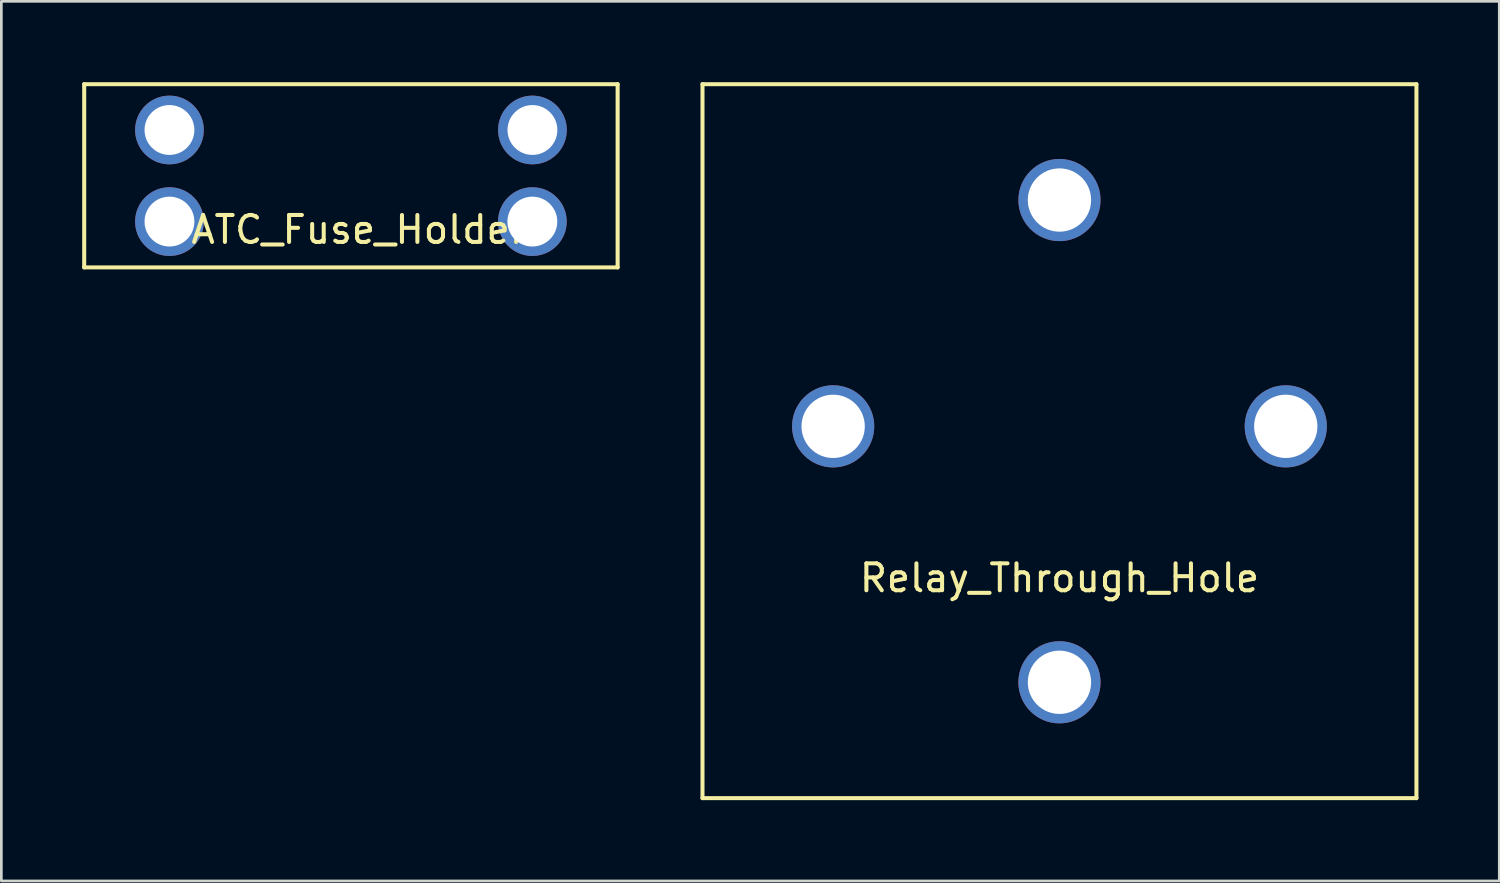
<source format=kicad_pcb>
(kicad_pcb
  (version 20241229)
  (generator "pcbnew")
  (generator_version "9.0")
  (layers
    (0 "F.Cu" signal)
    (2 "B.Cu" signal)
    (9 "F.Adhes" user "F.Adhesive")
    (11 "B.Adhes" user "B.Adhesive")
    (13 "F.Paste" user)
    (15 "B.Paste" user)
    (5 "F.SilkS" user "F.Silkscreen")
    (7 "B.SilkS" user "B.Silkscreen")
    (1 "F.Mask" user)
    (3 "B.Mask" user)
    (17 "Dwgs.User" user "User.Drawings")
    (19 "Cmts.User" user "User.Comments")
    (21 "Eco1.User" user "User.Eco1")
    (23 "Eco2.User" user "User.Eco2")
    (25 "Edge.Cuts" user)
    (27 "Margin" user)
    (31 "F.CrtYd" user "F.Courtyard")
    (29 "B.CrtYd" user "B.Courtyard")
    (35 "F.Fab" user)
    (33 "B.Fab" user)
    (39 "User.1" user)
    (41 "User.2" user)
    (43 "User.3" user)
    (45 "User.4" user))
  (footprint "ATC_Fuse_Holder"
    (layer "F.Cu")
    (at 9.975 3.475)
    (property "Reference" "ATC_Fuse_Holder" (at 0.3 2 0) (layer "F.SilkS") (effects (font (size 1 1) (thickness 0.15))))
    (attr through_hole)
    (fp_line (start -9.9 -3.4) (end 9.9 -3.4) (stroke (width 0.15) (type solid)) (layer "F.SilkS"))
    (fp_line (start -9.9 3.4) (end -9.9 -3.4) (stroke (width 0.15) (type solid)) (layer "F.SilkS"))
    (fp_line (start 9.9 -3.4) (end 9.9 3.4) (stroke (width 0.15) (type solid)) (layer "F.SilkS"))
    (fp_line (start 9.9 3.4) (end -9.9 3.4) (stroke (width 0.15) (type solid)) (layer "F.SilkS"))
    (pad "1" thru_hole circle (at -6.735 -1.7) (size 2.55 2.55) (drill 1.85) (layers "*.Cu" "*.Mask"))
    (pad "1" thru_hole circle (at -6.735 1.7) (size 2.55 2.55) (drill 1.85) (layers "*.Cu" "*.Mask"))
    (pad "2" thru_hole circle (at 6.735 1.7) (size 2.55 2.55) (drill 1.85) (layers "*.Cu" "*.Mask"))
    (pad "2" thru_hole circle (at 6.738 -1.7) (size 2.55 2.55) (drill 1.85) (layers "*.Cu" "*.Mask")))
  (footprint "Relay_Through_Hole"
    (layer "F.Cu")
    (at 36.275 13.325)
    (property "Reference" "Relay_Through_Hole" (at 0 5.08 0) (layer "F.SilkS") (effects (font (size 1 1) (thickness 0.15))))
    (attr through_hole)
    (fp_line (start -13.25 -13.25) (end 13.25 -13.25) (stroke (width 0.15) (type solid)) (layer "F.SilkS"))
    (fp_line (start -13.25 13.25) (end -13.25 -13.25) (stroke (width 0.15) (type solid)) (layer "F.SilkS"))
    (fp_line (start 13.25 -13.25) (end 13.25 13.25) (stroke (width 0.15) (type solid)) (layer "F.SilkS"))
    (fp_line (start 13.25 13.25) (end -13.25 13.25) (stroke (width 0.15) (type solid)) (layer "F.SilkS"))
    (pad "11" thru_hole circle (at 0 8.95) (size 3.05 3.05) (drill 2.35) (layers "*.Cu" "*.Mask"))
    (pad "14" thru_hole circle (at 0 -8.95) (size 3.05 3.05) (drill 2.35) (layers "*.Cu" "*.Mask"))
    (pad "A1" thru_hole circle (at -8.4 -0.55) (size 3.05 3.05) (drill 2.35) (layers "*.Cu" "*.Mask"))
    (pad "A2" thru_hole circle (at 8.4 -0.55) (size 3.05 3.05) (drill 2.35) (layers "*.Cu" "*.Mask")))
  (gr_rect
    (start -3 -3)
    (end 52.6 29.65)
    (stroke (width 0.1) (type default))
    (fill no)
    (layer "Edge.Cuts")))
</source>
